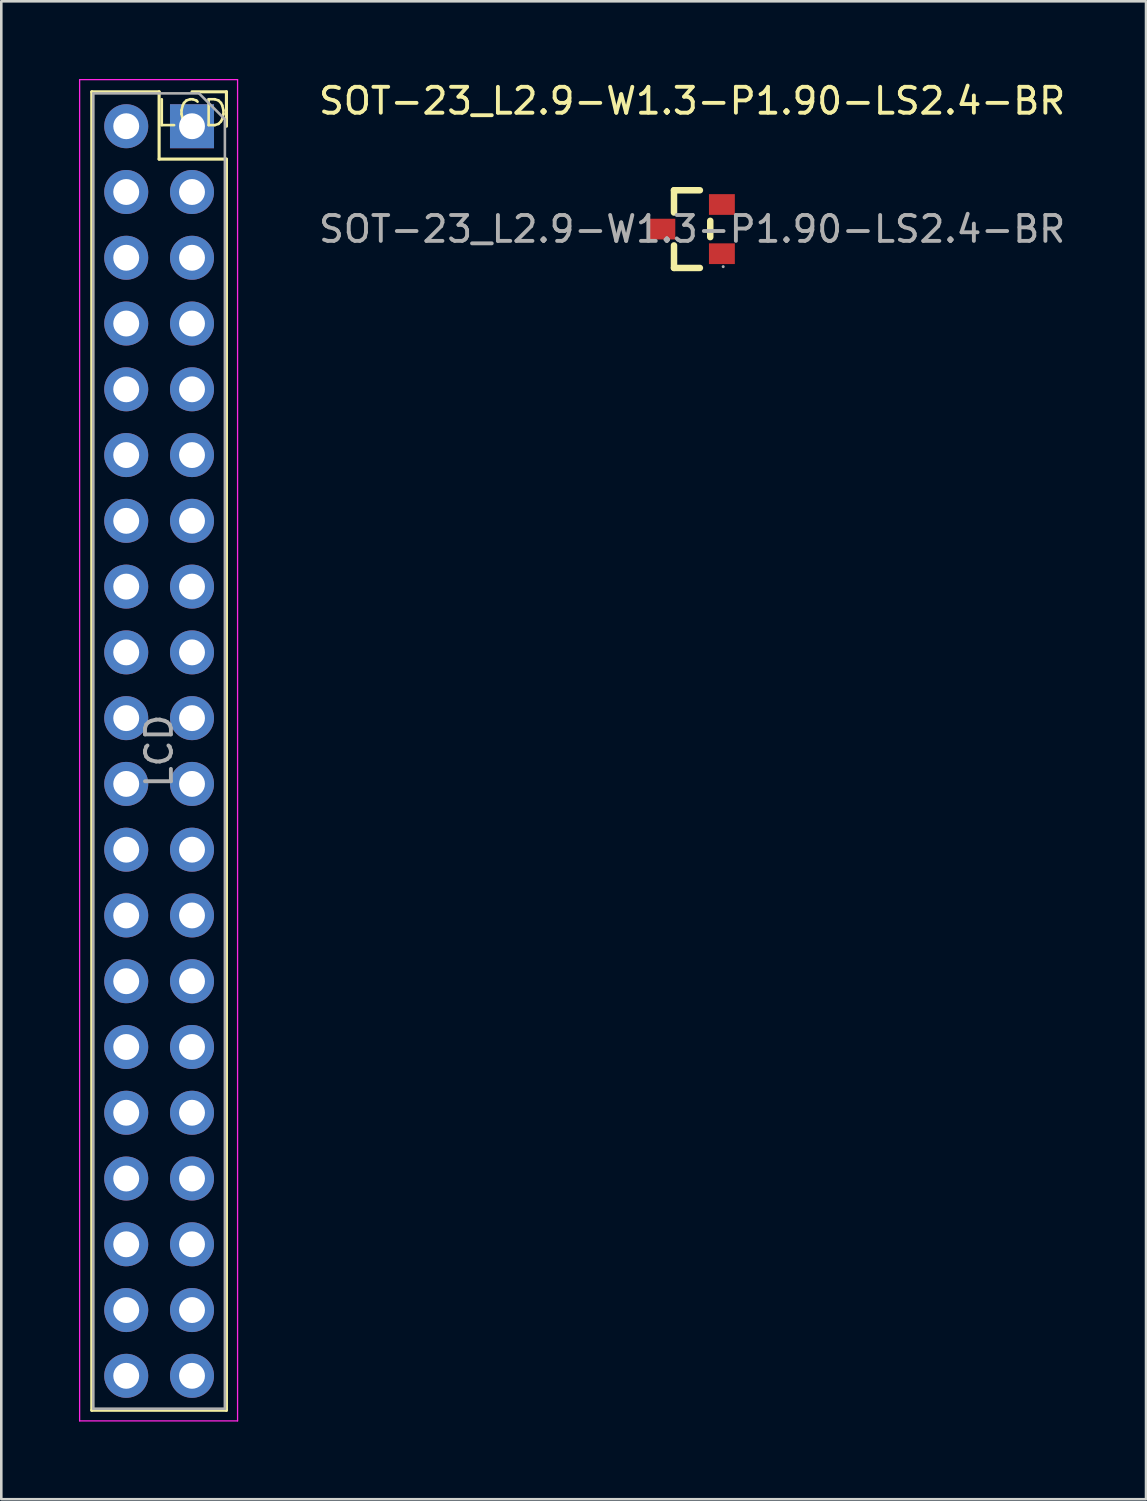
<source format=kicad_pcb>
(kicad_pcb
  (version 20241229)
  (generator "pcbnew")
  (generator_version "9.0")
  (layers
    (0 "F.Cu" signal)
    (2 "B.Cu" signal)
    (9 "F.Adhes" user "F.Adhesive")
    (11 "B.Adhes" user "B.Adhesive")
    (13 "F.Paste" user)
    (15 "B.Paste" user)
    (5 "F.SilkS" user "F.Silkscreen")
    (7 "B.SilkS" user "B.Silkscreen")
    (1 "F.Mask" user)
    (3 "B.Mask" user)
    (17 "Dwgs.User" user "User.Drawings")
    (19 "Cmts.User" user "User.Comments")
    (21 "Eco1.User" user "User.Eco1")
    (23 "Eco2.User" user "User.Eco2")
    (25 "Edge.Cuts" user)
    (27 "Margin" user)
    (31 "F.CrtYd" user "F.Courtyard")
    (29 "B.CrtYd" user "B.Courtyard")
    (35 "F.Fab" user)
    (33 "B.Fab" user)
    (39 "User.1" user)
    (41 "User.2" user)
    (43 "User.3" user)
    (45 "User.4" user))
  (footprint "SOT-23_L2.9-W1.3-P1.90-LS2.4-BR"
    (layer "F.Cu")
    (at 23.68 5.798)
    (property "Reference" "SOT-23_L2.9-W1.3-P1.90-LS2.4-BR" (at 0 -4.95 0) (layer "F.SilkS") (effects (font (size 1 1) (thickness 0.15))))
    (attr smd)
    (fp_line (start -0.7 -1.5) (end 0.3 -1.5) (stroke (width 0.25) (type solid)) (layer "F.SilkS"))
    (fp_line (start -0.7 -0.64) (end -0.7 -1.5) (stroke (width 0.25) (type solid)) (layer "F.SilkS"))
    (fp_line (start -0.7 1.5) (end -0.7 0.63) (stroke (width 0.25) (type solid)) (layer "F.SilkS"))
    (fp_line (start -0.7 1.5) (end 0.3 1.5) (stroke (width 0.25) (type solid)) (layer "F.SilkS"))
    (fp_line (start 0.7 0.31) (end 0.7 -0.32) (stroke (width 0.25) (type solid)) (layer "F.SilkS"))
    (fp_circle (center 1.2 1.45) (end 1.23 1.45) (stroke (width 0.06) (type solid)) (fill no) (layer "F.Fab"))
    (fp_text user "${REFERENCE}" (at 0 0 0) (layer "F.Fab") (effects (font (size 1 1) (thickness 0.15))))
    (pad "1" smd rect (at 1.15 0.95 180) (size 1 0.8) (layers "F.Cu" "F.Mask" "F.Paste"))
    (pad "2" smd rect (at 1.15 -0.95 180) (size 1 0.8) (layers "F.Cu" "F.Mask" "F.Paste"))
    (pad "3" smd rect (at -1.15 0 180) (size 1 0.8) (layers "F.Cu" "F.Mask" "F.Paste")))
  (footprint "LCD"
    (layer "F.Cu")
    (at 4.365 1.825)
    (property "Reference" "LCD" (at 0 -0.5 0) (unlocked yes) (layer "F.SilkS") (effects (font (size 1 1) (thickness 0.1))))
    (attr smd)
    (fp_line (start -3.87 -1.33) (end -3.87 49.59) (stroke (width 0.12) (type solid)) (layer "F.SilkS"))
    (fp_line (start -3.87 -1.33) (end -1.27 -1.33) (stroke (width 0.12) (type solid)) (layer "F.SilkS"))
    (fp_line (start -3.87 49.59) (end 1.33 49.59) (stroke (width 0.12) (type solid)) (layer "F.SilkS"))
    (fp_line (start -1.27 -1.33) (end -1.27 1.27) (stroke (width 0.12) (type solid)) (layer "F.SilkS"))
    (fp_line (start -1.27 1.27) (end 1.33 1.27) (stroke (width 0.12) (type solid)) (layer "F.SilkS"))
    (fp_line (start 0 -1.33) (end 1.33 -1.33) (stroke (width 0.12) (type solid)) (layer "F.SilkS"))
    (fp_line (start 1.33 -1.33) (end 1.33 0) (stroke (width 0.12) (type solid)) (layer "F.SilkS"))
    (fp_line (start 1.33 1.27) (end 1.33 49.59) (stroke (width 0.12) (type solid)) (layer "F.SilkS"))
    (fp_line (start -4.34 -1.8) (end 1.76 -1.8) (stroke (width 0.05) (type solid)) (layer "F.CrtYd"))
    (fp_line (start -4.34 50) (end -4.34 -1.8) (stroke (width 0.05) (type solid)) (layer "F.CrtYd"))
    (fp_line (start 1.76 -1.8) (end 1.76 50) (stroke (width 0.05) (type solid)) (layer "F.CrtYd"))
    (fp_line (start 1.76 50) (end -4.34 50) (stroke (width 0.05) (type solid)) (layer "F.CrtYd"))
    (fp_line (start -3.81 -1.27) (end 0.27 -1.27) (stroke (width 0.1) (type solid)) (layer "F.Fab"))
    (fp_line (start -3.81 49.53) (end -3.81 -1.27) (stroke (width 0.1) (type solid)) (layer "F.Fab"))
    (fp_line (start 0.27 -1.27) (end 1.27 -0.27) (stroke (width 0.1) (type solid)) (layer "F.Fab"))
    (fp_line (start 1.27 -0.27) (end 1.27 49.53) (stroke (width 0.1) (type solid)) (layer "F.Fab"))
    (fp_line (start 1.27 49.53) (end -3.81 49.53) (stroke (width 0.1) (type solid)) (layer "F.Fab"))
    (fp_text user "${REFERENCE}" (at -1.27 24.13 90) (layer "F.Fab") (effects (font (size 1 1) (thickness 0.15))))
    (pad "1" thru_hole rect (at 0 0) (size 1.7 1.7) (drill 1) (layers "*.Cu" "*.Mask"))
    (pad "2" thru_hole circle (at 0 2.54) (size 1.7 1.7) (drill 1) (layers "*.Cu" "*.Mask"))
    (pad "3" thru_hole circle (at 0 5.08) (size 1.7 1.7) (drill 1) (layers "*.Cu" "*.Mask"))
    (pad "4" thru_hole circle (at 0 7.62) (size 1.7 1.7) (drill 1) (layers "*.Cu" "*.Mask"))
    (pad "5" thru_hole circle (at 0 10.16) (size 1.7 1.7) (drill 1) (layers "*.Cu" "*.Mask"))
    (pad "6" thru_hole circle (at 0 12.7) (size 1.7 1.7) (drill 1) (layers "*.Cu" "*.Mask"))
    (pad "7" thru_hole circle (at 0 15.24) (size 1.7 1.7) (drill 1) (layers "*.Cu" "*.Mask"))
    (pad "8" thru_hole circle (at 0 17.78) (size 1.7 1.7) (drill 1) (layers "*.Cu" "*.Mask"))
    (pad "9" thru_hole circle (at 0 20.32) (size 1.7 1.7) (drill 1) (layers "*.Cu" "*.Mask"))
    (pad "10" thru_hole circle (at 0 22.86) (size 1.7 1.7) (drill 1) (layers "*.Cu" "*.Mask"))
    (pad "11" thru_hole circle (at 0 25.4) (size 1.7 1.7) (drill 1) (layers "*.Cu" "*.Mask"))
    (pad "12" thru_hole circle (at 0 27.94) (size 1.7 1.7) (drill 1) (layers "*.Cu" "*.Mask"))
    (pad "13" thru_hole circle (at 0 30.48) (size 1.7 1.7) (drill 1) (layers "*.Cu" "*.Mask"))
    (pad "14" thru_hole circle (at 0 33.02) (size 1.7 1.7) (drill 1) (layers "*.Cu" "*.Mask"))
    (pad "15" thru_hole circle (at 0 35.56) (size 1.7 1.7) (drill 1) (layers "*.Cu" "*.Mask"))
    (pad "16" thru_hole circle (at 0 38.1) (size 1.7 1.7) (drill 1) (layers "*.Cu" "*.Mask"))
    (pad "17" thru_hole circle (at 0 40.64) (size 1.7 1.7) (drill 1) (layers "*.Cu" "*.Mask"))
    (pad "18" thru_hole circle (at 0 43.18) (size 1.7 1.7) (drill 1) (layers "*.Cu" "*.Mask"))
    (pad "19" thru_hole circle (at 0 45.72) (size 1.7 1.7) (drill 1) (layers "*.Cu" "*.Mask"))
    (pad "20" thru_hole circle (at 0 48.26) (size 1.7 1.7) (drill 1) (layers "*.Cu" "*.Mask"))
    (pad "21" thru_hole circle (at -2.54 0) (size 1.7 1.7) (drill 1) (layers "*.Cu" "*.Mask"))
    (pad "22" thru_hole circle (at -2.54 2.54) (size 1.7 1.7) (drill 1) (layers "*.Cu" "*.Mask"))
    (pad "23" thru_hole circle (at -2.54 5.08) (size 1.7 1.7) (drill 1) (layers "*.Cu" "*.Mask"))
    (pad "24" thru_hole circle (at -2.54 7.62) (size 1.7 1.7) (drill 1) (layers "*.Cu" "*.Mask"))
    (pad "25" thru_hole circle (at -2.54 10.16) (size 1.7 1.7) (drill 1) (layers "*.Cu" "*.Mask"))
    (pad "26" thru_hole circle (at -2.54 12.7) (size 1.7 1.7) (drill 1) (layers "*.Cu" "*.Mask"))
    (pad "27" thru_hole circle (at -2.54 15.24) (size 1.7 1.7) (drill 1) (layers "*.Cu" "*.Mask"))
    (pad "28" thru_hole circle (at -2.54 17.78) (size 1.7 1.7) (drill 1) (layers "*.Cu" "*.Mask"))
    (pad "29" thru_hole circle (at -2.54 20.32) (size 1.7 1.7) (drill 1) (layers "*.Cu" "*.Mask"))
    (pad "30" thru_hole circle (at -2.54 22.86) (size 1.7 1.7) (drill 1) (layers "*.Cu" "*.Mask"))
    (pad "31" thru_hole circle (at -2.54 25.4) (size 1.7 1.7) (drill 1) (layers "*.Cu" "*.Mask"))
    (pad "32" thru_hole circle (at -2.54 27.94) (size 1.7 1.7) (drill 1) (layers "*.Cu" "*.Mask"))
    (pad "33" thru_hole circle (at -2.54 30.48) (size 1.7 1.7) (drill 1) (layers "*.Cu" "*.Mask"))
    (pad "34" thru_hole circle (at -2.54 33.02) (size 1.7 1.7) (drill 1) (layers "*.Cu" "*.Mask"))
    (pad "35" thru_hole circle (at -2.54 35.56) (size 1.7 1.7) (drill 1) (layers "*.Cu" "*.Mask"))
    (pad "36" thru_hole circle (at -2.54 38.1) (size 1.7 1.7) (drill 1) (layers "*.Cu" "*.Mask"))
    (pad "37" thru_hole circle (at -2.54 40.64) (size 1.7 1.7) (drill 1) (layers "*.Cu" "*.Mask"))
    (pad "38" thru_hole circle (at -2.54 43.18) (size 1.7 1.7) (drill 1) (layers "*.Cu" "*.Mask"))
    (pad "39" thru_hole circle (at -2.54 45.72) (size 1.7 1.7) (drill 1) (layers "*.Cu" "*.Mask"))
    (pad "40" thru_hole circle (at -2.54 48.26) (size 1.7 1.7) (drill 1) (layers "*.Cu" "*.Mask")))
  (gr_rect
    (start -3 -3)
    (end 41.21 54.85)
    (stroke (width 0.1) (type default))
    (fill no)
    (layer "Edge.Cuts")))
</source>
